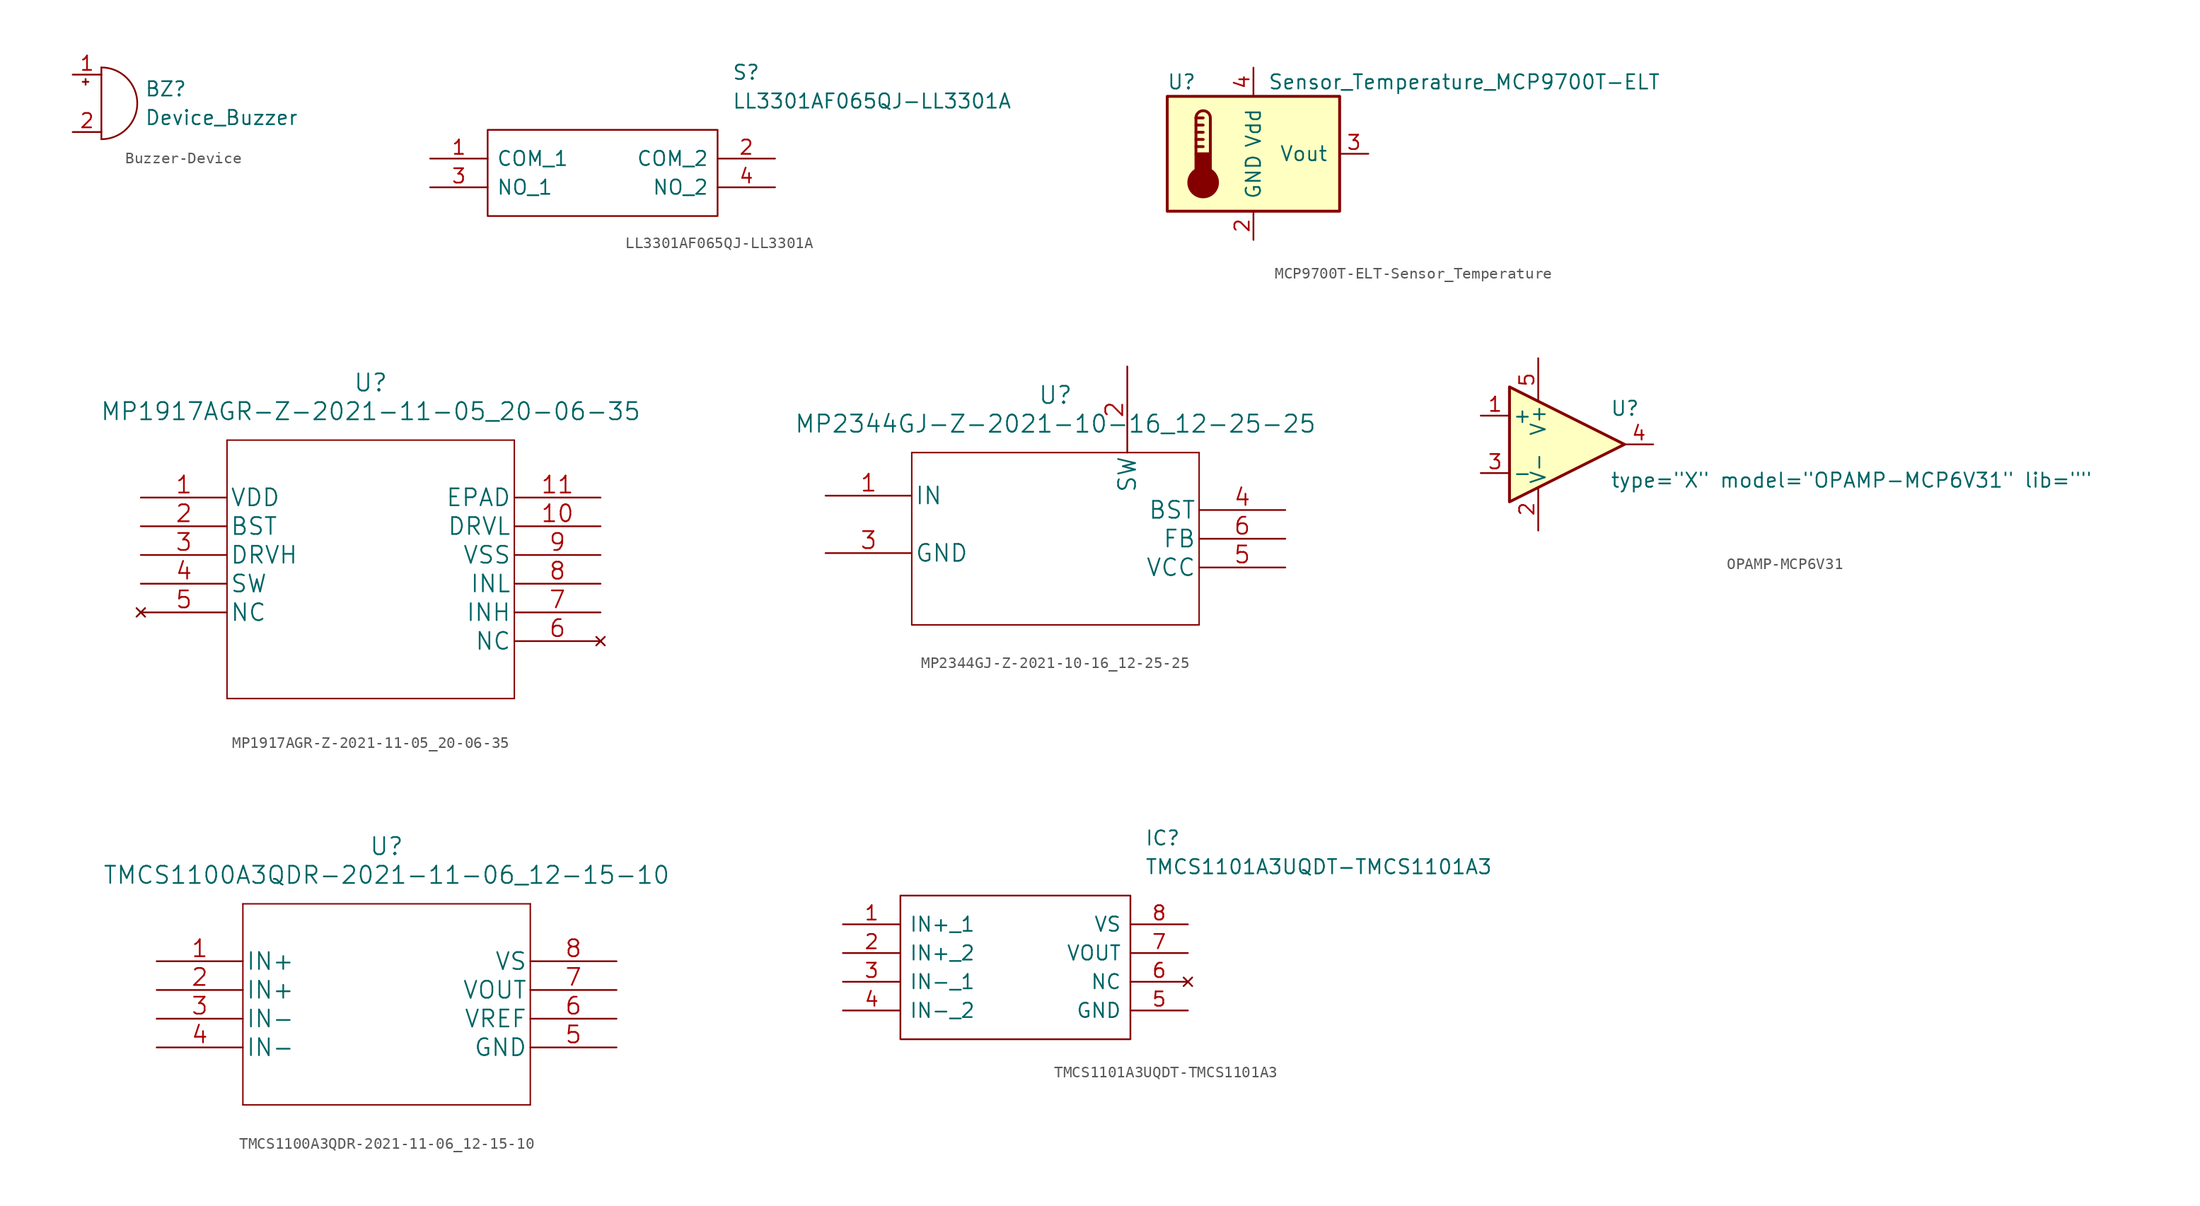
<source format=kicad_sym>
(kicad_symbol_lib
  (version 20220914)
  (generator kicad_symbol_editor)
  (symbol "Buzzer-Device"
    (pin_names
      (offset 0.025) hide)
    (property "Reference" "BZ"
      (at 3.81 1.27 0)
      (effects (font (size 1.27 1.27)) (justify left)))
    (property "Value" "Device_Buzzer"
      (at 3.81 -1.27 0)
      (effects (font (size 1.27 1.27)) (justify left)))
    (symbol "Buzzer-Device_0_1"
      (arc (start 0 -3.175) (mid 3.175 0) (end 0 3.175) (stroke (width 0) (type solid)) (fill (type none)))
      (polyline (pts (xy -1.651 1.905) (xy -1.143 1.905)) (stroke (width 0) (type solid)) (fill (type none)))
      (polyline (pts (xy -1.397 2.159) (xy -1.397 1.651)) (stroke (width 0) (type solid)) (fill (type none)))
      (polyline (pts (xy 0 3.175) (xy 0 -3.175)) (stroke (width 0) (type solid)) (fill (type none))))
    (symbol "Buzzer-Device_1_1"
      (pin passive line (at -2.54 2.54 0) (length 2.54) (name "-" (effects (font (size 1.27 1.27)))) (number "1" (effects (font (size 1.27 1.27)))))
      (pin passive line (at -2.54 -2.54 0) (length 2.54) (name "+" (effects (font (size 1.27 1.27)))) (number "2" (effects (font (size 1.27 1.27)))))))
  (symbol "LL3301AF065QJ-LL3301A"
    (pin_names
      (offset 0.762))
    (property "Reference" "S"
      (at 26.67 7.62 0)
      (effects (font (size 1.27 1.27)) (justify left)))
    (property "Value" "LL3301AF065QJ-LL3301A"
      (at 26.67 5.08 0)
      (effects (font (size 1.27 1.27)) (justify left)))
    (symbol "LL3301AF065QJ-LL3301A_0_0"
      (pin passive line (at 0 0 0) (length 5.08) (name "COM_1" (effects (font (size 1.27 1.27)))) (number "1" (effects (font (size 1.27 1.27)))))
      (pin passive line (at 30.48 0 180) (length 5.08) (name "COM_2" (effects (font (size 1.27 1.27)))) (number "2" (effects (font (size 1.27 1.27)))))
      (pin passive line (at 0 -2.54 0) (length 5.08) (name "NO_1" (effects (font (size 1.27 1.27)))) (number "3" (effects (font (size 1.27 1.27)))))
      (pin passive line (at 30.48 -2.54 180) (length 5.08) (name "NO_2" (effects (font (size 1.27 1.27)))) (number "4" (effects (font (size 1.27 1.27))))))
    (symbol "LL3301AF065QJ-LL3301A_0_1"
      (polyline (pts (xy 5.08 2.54) (xy 25.4 2.54) (xy 25.4 -5.08) (xy 5.08 -5.08) (xy 5.08 2.54)) (stroke (width 0.152) (type solid)) (fill (type none)))))
  (symbol "MCP9700T-ELT-Sensor_Temperature"
    (pin_names
      (offset 1.016))
    (property "Reference" "U"
      (at -6.35 6.35 0)
      (effects (font (size 1.27 1.27))))
    (property "Value" "Sensor_Temperature_MCP9700T-ELT"
      (at 1.27 6.35 0)
      (effects (font (size 1.27 1.27)) (justify left)))
    (symbol "MCP9700T-ELT-Sensor_Temperature_0_1"
      (rectangle (start -7.62 5.08) (end 7.62 -5.08) (stroke (width 0.254) (type solid)) (fill (type background)))
      (circle (center -4.445 -2.54) (radius 1.27) (stroke (width 0.254) (type solid)) (fill (type outline)))
      (rectangle (start -3.81 -1.905) (end -5.08 0) (stroke (width 0.254) (type solid)) (fill (type outline)))
      (arc (start -3.81 3.175) (mid -4.445 3.81) (end -5.08 3.175) (stroke (width 0.254) (type solid)) (fill (type none)))
      (polyline (pts (xy -5.08 0.635) (xy -4.445 0.635)) (stroke (width 0.254) (type solid)) (fill (type none)))
      (polyline (pts (xy -5.08 1.27) (xy -4.445 1.27)) (stroke (width 0.254) (type solid)) (fill (type none)))
      (polyline (pts (xy -5.08 1.905) (xy -4.445 1.905)) (stroke (width 0.254) (type solid)) (fill (type none)))
      (polyline (pts (xy -5.08 2.54) (xy -4.445 2.54)) (stroke (width 0.254) (type solid)) (fill (type none)))
      (polyline (pts (xy -5.08 3.175) (xy -5.08 0)) (stroke (width 0.254) (type solid)) (fill (type none)))
      (polyline (pts (xy -5.08 3.175) (xy -4.445 3.175)) (stroke (width 0.254) (type solid)) (fill (type none)))
      (polyline (pts (xy -3.81 3.175) (xy -3.81 0)) (stroke (width 0.254) (type solid)) (fill (type none))))
    (symbol "MCP9700T-ELT-Sensor_Temperature_1_1"
      (pin no_connect line (at 10.16 -2.54 180) (length 2.54) hide (name "NC" (effects (font (size 1.27 1.27)))) (number "1" (effects (font (size 1.27 1.27)))))
      (pin power_in line (at 0 -7.62 90) (length 2.54) (name "GND" (effects (font (size 1.27 1.27)))) (number "2" (effects (font (size 1.27 1.27)))))
      (pin output line (at 10.16 0 180) (length 2.54) (name "Vout" (effects (font (size 1.27 1.27)))) (number "3" (effects (font (size 1.27 1.27)))))
      (pin power_in line (at 0 7.62 270) (length 2.54) (name "Vdd" (effects (font (size 1.27 1.27)))) (number "4" (effects (font (size 1.27 1.27)))))
      (pin no_connect line (at 10.16 2.54 180) (length 2.54) hide (name "NC" (effects (font (size 1.27 1.27)))) (number "5" (effects (font (size 1.27 1.27)))))))
  (symbol "MP1917AGR-Z-2021-11-05_20-06-35"
    (pin_names
      (offset 0.254))
    (property "Reference" "U"
      (at 20.32 10.16 0)
      (effects (font (size 1.524 1.524))))
    (property "Value" "MP1917AGR-Z-2021-11-05_20-06-35"
      (at 20.32 7.62 0)
      (effects (font (size 1.524 1.524))))
    (property "Datasheet" ""
      (at 0 0 0)
      (effects (font (size 1.524 1.524))))
    (property "ki_locked" ""
      (at 0 0 0)
      (effects (font (size 1.27 1.27))))
    (symbol "MP1917AGR-Z-2021-11-05_20-06-35_1_1"
      (polyline (pts (xy 7.62 -17.78) (xy 33.02 -17.78)) (stroke (width 0.127) (type solid)) (fill (type none)))
      (polyline (pts (xy 7.62 5.08) (xy 7.62 -17.78)) (stroke (width 0.127) (type solid)) (fill (type none)))
      (polyline (pts (xy 33.02 -17.78) (xy 33.02 5.08)) (stroke (width 0.127) (type solid)) (fill (type none)))
      (polyline (pts (xy 33.02 5.08) (xy 7.62 5.08)) (stroke (width 0.127) (type solid)) (fill (type none)))
      (pin power_in line (at 0 0 0) (length 7.62) (name "VDD" (effects (font (size 1.499 1.499)))) (number "1" (effects (font (size 1.499 1.499)))))
      (pin output line (at 40.64 -2.54 180) (length 7.62) (name "DRVL" (effects (font (size 1.499 1.499)))) (number "10" (effects (font (size 1.499 1.499)))))
      (pin power_in line (at 40.64 0 180) (length 7.62) (name "EPAD" (effects (font (size 1.499 1.499)))) (number "11" (effects (font (size 1.499 1.499)))))
      (pin power_in line (at 0 -2.54 0) (length 7.62) (name "BST" (effects (font (size 1.499 1.499)))) (number "2" (effects (font (size 1.499 1.499)))))
      (pin output line (at 0 -5.08 0) (length 7.62) (name "DRVH" (effects (font (size 1.499 1.499)))) (number "3" (effects (font (size 1.499 1.499)))))
      (pin unspecified line (at 0 -7.62 0) (length 7.62) (name "SW" (effects (font (size 1.499 1.499)))) (number "4" (effects (font (size 1.499 1.499)))))
      (pin no_connect line (at 0 -10.16 0) (length 7.62) (name "NC" (effects (font (size 1.499 1.499)))) (number "5" (effects (font (size 1.499 1.499)))))
      (pin no_connect line (at 40.64 -12.7 180) (length 7.62) (name "NC" (effects (font (size 1.499 1.499)))) (number "6" (effects (font (size 1.499 1.499)))))
      (pin input line (at 40.64 -10.16 180) (length 7.62) (name "INH" (effects (font (size 1.499 1.499)))) (number "7" (effects (font (size 1.499 1.499)))))
      (pin input line (at 40.64 -7.62 180) (length 7.62) (name "INL" (effects (font (size 1.499 1.499)))) (number "8" (effects (font (size 1.499 1.499)))))
      (pin power_in line (at 40.64 -5.08 180) (length 7.62) (name "VSS" (effects (font (size 1.499 1.499)))) (number "9" (effects (font (size 1.499 1.499)))))))
  (symbol "MP2344GJ-Z-2021-10-16_12-25-25"
    (pin_names
      (offset 0.254))
    (property "Reference" "U"
      (at 20.32 10.16 0)
      (effects (font (size 1.524 1.524))))
    (property "Value" "MP2344GJ-Z-2021-10-16_12-25-25"
      (at 20.32 7.62 0)
      (effects (font (size 1.524 1.524))))
    (property "Datasheet" ""
      (at 0 0 0)
      (effects (font (size 1.524 1.524))))
    (property "ki_locked" ""
      (at 0 0 0)
      (effects (font (size 1.27 1.27))))
    (symbol "MP2344GJ-Z-2021-10-16_12-25-25_1_1"
      (polyline (pts (xy 7.62 -10.16) (xy 33.02 -10.16)) (stroke (width 0.127) (type solid)) (fill (type none)))
      (polyline (pts (xy 7.62 5.08) (xy 7.62 -10.16)) (stroke (width 0.127) (type solid)) (fill (type none)))
      (polyline (pts (xy 33.02 -10.16) (xy 33.02 5.08)) (stroke (width 0.127) (type solid)) (fill (type none)))
      (polyline (pts (xy 33.02 5.08) (xy 7.62 5.08)) (stroke (width 0.127) (type solid)) (fill (type none)))
      (pin power_in line (at 0 1.27 0) (length 7.62) (name "IN" (effects (font (size 1.499 1.499)))) (number "1" (effects (font (size 1.499 1.499)))))
      (pin output line (at 26.67 12.7 270) (length 7.62) (name "SW" (effects (font (size 1.499 1.499)))) (number "2" (effects (font (size 1.499 1.499)))))
      (pin power_in line (at 0 -3.81 0) (length 7.62) (name "GND" (effects (font (size 1.499 1.499)))) (number "3" (effects (font (size 1.499 1.499)))))
      (pin unspecified line (at 40.64 0 180) (length 7.62) (name "BST" (effects (font (size 1.499 1.499)))) (number "4" (effects (font (size 1.499 1.499)))))
      (pin output line (at 40.64 -5.08 180) (length 7.62) (name "VCC" (effects (font (size 1.499 1.499)))) (number "5" (effects (font (size 1.499 1.499)))))
      (pin unspecified line (at 40.64 -2.54 180) (length 7.62) (name "FB" (effects (font (size 1.499 1.499)))) (number "6" (effects (font (size 1.499 1.499)))))))
  (symbol "OPAMP-MCP6V31"
    (pin_names
      (offset 0.254))
    (property "Reference" "U"
      (at 3.81 3.175 0)
      (effects (font (size 1.27 1.27)) (justify left)))
    (property "Value" "${SIM.PARAMS}"
      (at 3.81 -3.175 0)
      (effects (font (size 1.27 1.27)) (justify left)))
    (property "Sim.Params" "type=\"X\" model=\"OPAMP-MCP6V31\" lib=\"\""
      (at 0 0 0)
      (effects (font (size 1.27 1.27)) hide))
    (symbol "OPAMP-MCP6V31_0_1"
      (polyline (pts (xy 5.08 0) (xy -5.08 5.08) (xy -5.08 -5.08) (xy 5.08 0)) (stroke (width 0.254) (type solid)) (fill (type background))))
    (symbol "OPAMP-MCP6V31_1_1"
      (pin input line (at -7.62 2.54 0) (length 2.54) (name "+" (effects (font (size 1.27 1.27)))) (number "1" (effects (font (size 1.27 1.27)))))
      (pin power_in line (at -2.54 -7.62 90) (length 3.81) (name "V-" (effects (font (size 1.27 1.27)))) (number "2" (effects (font (size 1.27 1.27)))))
      (pin input line (at -7.62 -2.54 0) (length 2.54) (name "-" (effects (font (size 1.27 1.27)))) (number "3" (effects (font (size 1.27 1.27)))))
      (pin output line (at 7.62 0 180) (length 2.54) (name "~" (effects (font (size 1.27 1.27)))) (number "4" (effects (font (size 1.27 1.27)))))
      (pin power_in line (at -2.54 7.62 270) (length 3.81) (name "V+" (effects (font (size 1.27 1.27)))) (number "5" (effects (font (size 1.27 1.27)))))))
  (symbol "TMCS1100A3QDR-2021-11-06_12-15-10"
    (pin_names
      (offset 0.254))
    (property "Reference" "U"
      (at 20.32 10.16 0)
      (effects (font (size 1.524 1.524))))
    (property "Value" "TMCS1100A3QDR-2021-11-06_12-15-10"
      (at 20.32 7.62 0)
      (effects (font (size 1.524 1.524))))
    (property "Datasheet" ""
      (at 0 0 0)
      (effects (font (size 1.524 1.524))))
    (property "ki_locked" ""
      (at 0 0 0)
      (effects (font (size 1.27 1.27))))
    (symbol "TMCS1100A3QDR-2021-11-06_12-15-10_1_1"
      (polyline (pts (xy 7.62 -12.7) (xy 33.02 -12.7)) (stroke (width 0.127) (type solid)) (fill (type none)))
      (polyline (pts (xy 7.62 5.08) (xy 7.62 -12.7)) (stroke (width 0.127) (type solid)) (fill (type none)))
      (polyline (pts (xy 33.02 -12.7) (xy 33.02 5.08)) (stroke (width 0.127) (type solid)) (fill (type none)))
      (polyline (pts (xy 33.02 5.08) (xy 7.62 5.08)) (stroke (width 0.127) (type solid)) (fill (type none)))
      (pin input line (at 0 0 0) (length 7.62) (name "IN+" (effects (font (size 1.499 1.499)))) (number "1" (effects (font (size 1.499 1.499)))))
      (pin input line (at 0 -2.54 0) (length 7.62) (name "IN+" (effects (font (size 1.499 1.499)))) (number "2" (effects (font (size 1.499 1.499)))))
      (pin input line (at 0 -5.08 0) (length 7.62) (name "IN-" (effects (font (size 1.499 1.499)))) (number "3" (effects (font (size 1.499 1.499)))))
      (pin input line (at 0 -7.62 0) (length 7.62) (name "IN-" (effects (font (size 1.499 1.499)))) (number "4" (effects (font (size 1.499 1.499)))))
      (pin power_in line (at 40.64 -7.62 180) (length 7.62) (name "GND" (effects (font (size 1.499 1.499)))) (number "5" (effects (font (size 1.499 1.499)))))
      (pin power_in line (at 40.64 -5.08 180) (length 7.62) (name "VREF" (effects (font (size 1.499 1.499)))) (number "6" (effects (font (size 1.499 1.499)))))
      (pin output line (at 40.64 -2.54 180) (length 7.62) (name "VOUT" (effects (font (size 1.499 1.499)))) (number "7" (effects (font (size 1.499 1.499)))))
      (pin power_in line (at 40.64 0 180) (length 7.62) (name "VS" (effects (font (size 1.499 1.499)))) (number "8" (effects (font (size 1.499 1.499)))))))
  (symbol "TMCS1101A3UQDT-TMCS1101A3"
    (pin_names
      (offset 0.762))
    (property "Reference" "IC"
      (at 26.67 7.62 0)
      (effects (font (size 1.27 1.27)) (justify left)))
    (property "Value" "TMCS1101A3UQDT-TMCS1101A3"
      (at 26.67 5.08 0)
      (effects (font (size 1.27 1.27)) (justify left)))
    (symbol "TMCS1101A3UQDT-TMCS1101A3_0_0"
      (pin passive line (at 0 0 0) (length 5.08) (name "IN+_1" (effects (font (size 1.27 1.27)))) (number "1" (effects (font (size 1.27 1.27)))))
      (pin passive line (at 0 -2.54 0) (length 5.08) (name "IN+_2" (effects (font (size 1.27 1.27)))) (number "2" (effects (font (size 1.27 1.27)))))
      (pin passive line (at 0 -5.08 0) (length 5.08) (name "IN-_1" (effects (font (size 1.27 1.27)))) (number "3" (effects (font (size 1.27 1.27)))))
      (pin passive line (at 0 -7.62 0) (length 5.08) (name "IN-_2" (effects (font (size 1.27 1.27)))) (number "4" (effects (font (size 1.27 1.27)))))
      (pin passive line (at 30.48 -7.62 180) (length 5.08) (name "GND" (effects (font (size 1.27 1.27)))) (number "5" (effects (font (size 1.27 1.27)))))
      (pin no_connect line (at 30.48 -5.08 180) (length 5.08) (name "NC" (effects (font (size 1.27 1.27)))) (number "6" (effects (font (size 1.27 1.27)))))
      (pin passive line (at 30.48 -2.54 180) (length 5.08) (name "VOUT" (effects (font (size 1.27 1.27)))) (number "7" (effects (font (size 1.27 1.27)))))
      (pin passive line (at 30.48 0 180) (length 5.08) (name "VS" (effects (font (size 1.27 1.27)))) (number "8" (effects (font (size 1.27 1.27))))))
    (symbol "TMCS1101A3UQDT-TMCS1101A3_0_1"
      (polyline (pts (xy 5.08 2.54) (xy 25.4 2.54) (xy 25.4 -10.16) (xy 5.08 -10.16) (xy 5.08 2.54)) (stroke (width 0.152) (type solid)) (fill (type none))))))
</source>
